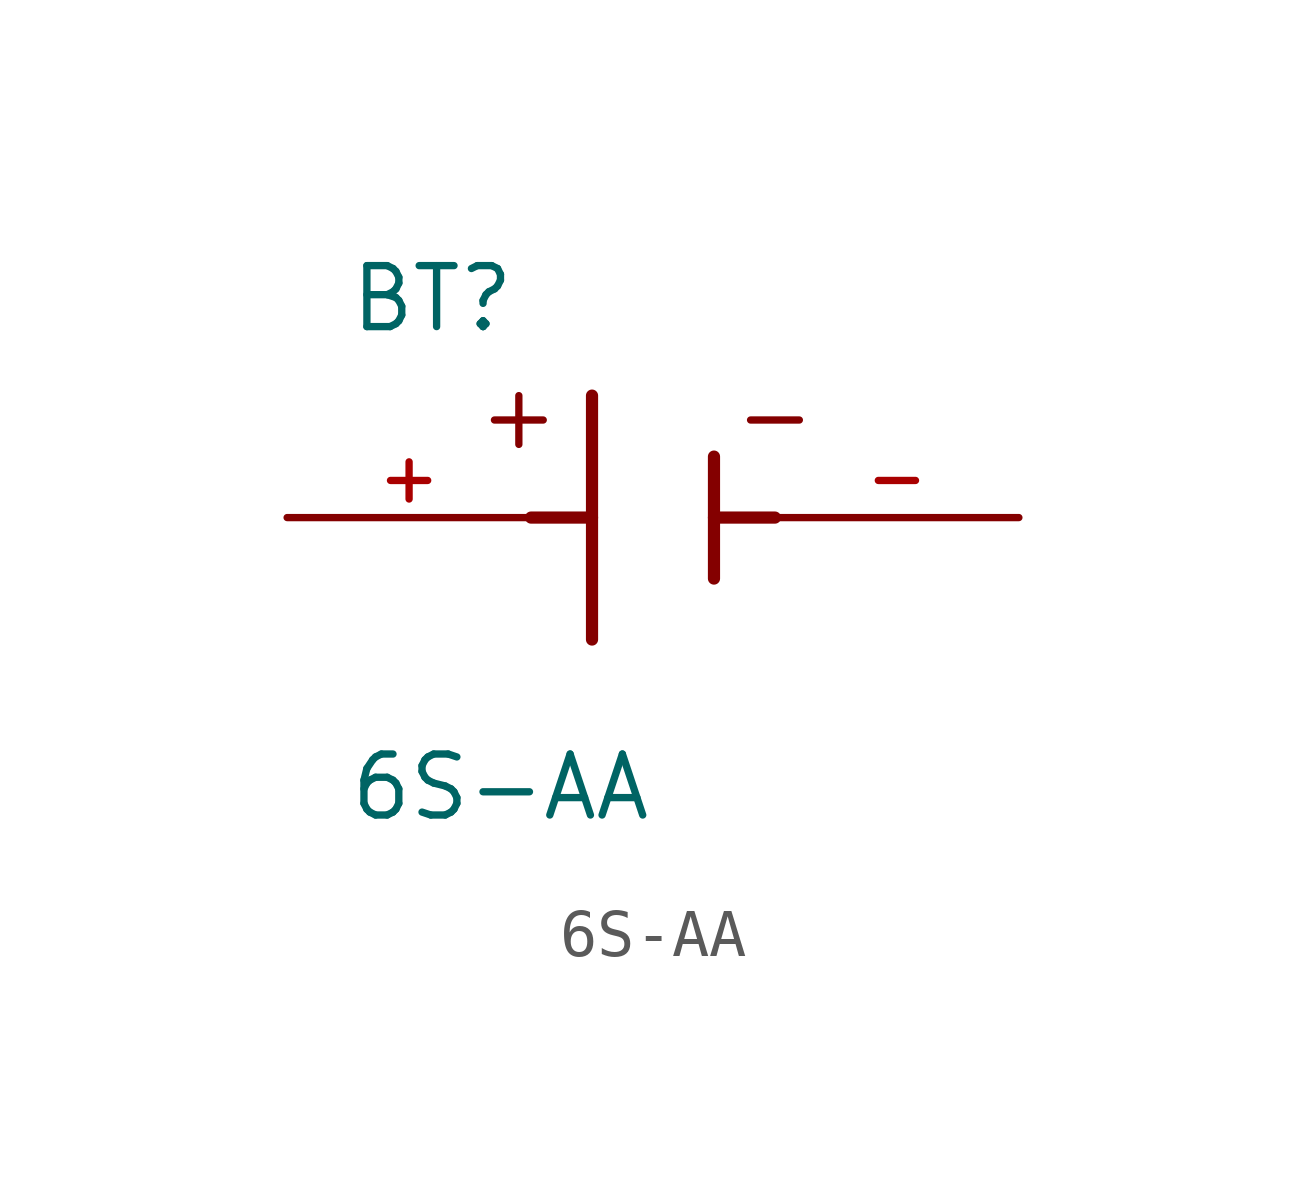
<source format=kicad_sym>
(kicad_symbol_lib
  (version 20211014)
  (generator kicad_symbol_editor)
  (symbol "6S-AA"
    (pin_names
      (offset 1.016))
    (property "Reference" "BT"
      (at -6.361 3.814 0)
      (effects (font (size 1.27 1.27)) (justify bottom left)))
    (property "Value" "6S-AA"
      (at -6.362 -6.358 0)
      (effects (font (size 1.27 1.27)) (justify bottom left)))
    (symbol "6S-AA_0_0"
      (polyline (pts (xy -1.27 2.54) (xy -1.27 -2.54)) (stroke (width 0.254)))
      (polyline (pts (xy 1.27 1.27) (xy 1.27 -1.27)) (stroke (width 0.254)))
      (polyline (pts (xy -2.54 0.0) (xy -1.27 0.0)) (stroke (width 0.254)))
      (polyline (pts (xy 1.27 0.0) (xy 2.54 0.0)) (stroke (width 0.254)))
      (polyline (pts (xy -2.794 2.54) (xy -2.794 1.524)) (stroke (width 0.152)))
      (polyline (pts (xy -3.302 2.032) (xy -2.286 2.032)) (stroke (width 0.152)))
      (polyline (pts (xy 2.032 2.032) (xy 3.048 2.032)) (stroke (width 0.152)))
      (pin passive line (at -7.62 0.0 0) (length 5.08) (name "~" (effects (font (size 1.016 1.016)))) (number "+" (effects (font (size 1.016 1.016)))))
      (pin passive line (at 7.62 0.0 180.0) (length 5.08) (name "~" (effects (font (size 1.016 1.016)))) (number "-" (effects (font (size 1.016 1.016))))))))
</source>
